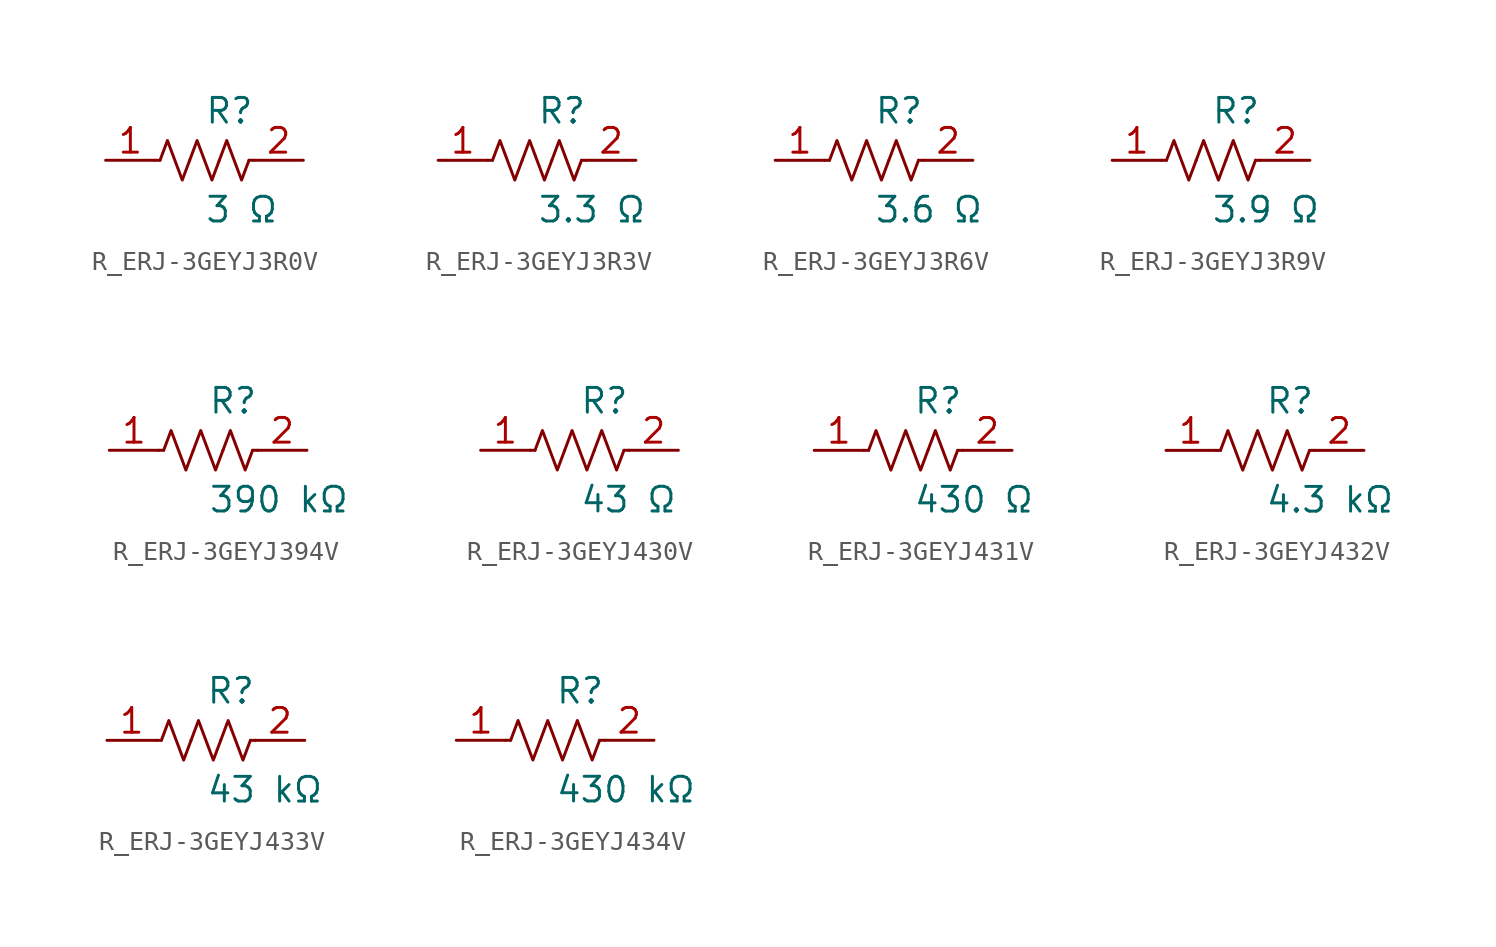
<source format=kicad_sym>
(kicad_symbol_lib
  (version 20231120)
  (generator kicad_symbol_editor)
  (generator_version 8.0)
  (symbol "R_ERJ-3GEYJ3R0V"
    (pin_names
      (offset 0.254))
    (property "Reference" "R"
      (at 0 2.54 0)
      (effects (font (size 1.27 1.27)) (justify left)))
    (property "Value" "3 Ω"
      (at 0 -2.54 0)
      (effects (font (size 1.27 1.27)) (justify left)))
    (symbol "R_ERJ-3GEYJ3R0V_0_1"
      (polyline (pts (xy 2.286 0) (xy 2.54 0)) (stroke (width 0) (type default)) (fill (type none)))
      (polyline (pts (xy -2.286 0) (xy -2.54 0)) (stroke (width 0) (type default)) (fill (type none)))
      (polyline (pts (xy 0.762 0) (xy 1.143 1.016) (xy 1.524 0) (xy 1.905 -1.016) (xy 2.286 0)) (stroke (width 0) (type default)) (fill (type none)))
      (polyline (pts (xy -0.762 0) (xy -0.381 1.016) (xy 0 0) (xy 0.381 -1.016) (xy 0.762 0)) (stroke (width 0) (type default)) (fill (type none)))
      (polyline (pts (xy -2.286 0) (xy -1.905 1.016) (xy -1.524 0) (xy -1.143 -1.016) (xy -0.762 0)) (stroke (width 0) (type default)) (fill (type none))))
    (pin passive line
      (at -5.08 0 0)
      (length 2.54)
      (name "" (effects (font (size 1.27 1.27))))
      (number "1" (effects (font (size 1.27 1.27)))))
    (pin passive line
      (at 5.08 0 180)
      (length 2.54)
      (name "" (effects (font (size 1.27 1.27))))
      (number "2" (effects (font (size 1.27 1.27))))))
  (symbol "R_ERJ-3GEYJ3R3V"
    (pin_names
      (offset 0.254))
    (property "Reference" "R"
      (at 0 2.54 0)
      (effects (font (size 1.27 1.27)) (justify left)))
    (property "Value" "3.3 Ω"
      (at 0 -2.54 0)
      (effects (font (size 1.27 1.27)) (justify left)))
    (symbol "R_ERJ-3GEYJ3R3V_0_1"
      (polyline (pts (xy 2.286 0) (xy 2.54 0)) (stroke (width 0) (type default)) (fill (type none)))
      (polyline (pts (xy -2.286 0) (xy -2.54 0)) (stroke (width 0) (type default)) (fill (type none)))
      (polyline (pts (xy 0.762 0) (xy 1.143 1.016) (xy 1.524 0) (xy 1.905 -1.016) (xy 2.286 0)) (stroke (width 0) (type default)) (fill (type none)))
      (polyline (pts (xy -0.762 0) (xy -0.381 1.016) (xy 0 0) (xy 0.381 -1.016) (xy 0.762 0)) (stroke (width 0) (type default)) (fill (type none)))
      (polyline (pts (xy -2.286 0) (xy -1.905 1.016) (xy -1.524 0) (xy -1.143 -1.016) (xy -0.762 0)) (stroke (width 0) (type default)) (fill (type none))))
    (pin passive line
      (at -5.08 0 0)
      (length 2.54)
      (name "" (effects (font (size 1.27 1.27))))
      (number "1" (effects (font (size 1.27 1.27)))))
    (pin passive line
      (at 5.08 0 180)
      (length 2.54)
      (name "" (effects (font (size 1.27 1.27))))
      (number "2" (effects (font (size 1.27 1.27))))))
  (symbol "R_ERJ-3GEYJ3R6V"
    (pin_names
      (offset 0.254))
    (property "Reference" "R"
      (at 0 2.54 0)
      (effects (font (size 1.27 1.27)) (justify left)))
    (property "Value" "3.6 Ω"
      (at 0 -2.54 0)
      (effects (font (size 1.27 1.27)) (justify left)))
    (symbol "R_ERJ-3GEYJ3R6V_0_1"
      (polyline (pts (xy 2.286 0) (xy 2.54 0)) (stroke (width 0) (type default)) (fill (type none)))
      (polyline (pts (xy -2.286 0) (xy -2.54 0)) (stroke (width 0) (type default)) (fill (type none)))
      (polyline (pts (xy 0.762 0) (xy 1.143 1.016) (xy 1.524 0) (xy 1.905 -1.016) (xy 2.286 0)) (stroke (width 0) (type default)) (fill (type none)))
      (polyline (pts (xy -0.762 0) (xy -0.381 1.016) (xy 0 0) (xy 0.381 -1.016) (xy 0.762 0)) (stroke (width 0) (type default)) (fill (type none)))
      (polyline (pts (xy -2.286 0) (xy -1.905 1.016) (xy -1.524 0) (xy -1.143 -1.016) (xy -0.762 0)) (stroke (width 0) (type default)) (fill (type none))))
    (pin passive line
      (at -5.08 0 0)
      (length 2.54)
      (name "" (effects (font (size 1.27 1.27))))
      (number "1" (effects (font (size 1.27 1.27)))))
    (pin passive line
      (at 5.08 0 180)
      (length 2.54)
      (name "" (effects (font (size 1.27 1.27))))
      (number "2" (effects (font (size 1.27 1.27))))))
  (symbol "R_ERJ-3GEYJ3R9V"
    (pin_names
      (offset 0.254))
    (property "Reference" "R"
      (at 0 2.54 0)
      (effects (font (size 1.27 1.27)) (justify left)))
    (property "Value" "3.9 Ω"
      (at 0 -2.54 0)
      (effects (font (size 1.27 1.27)) (justify left)))
    (symbol "R_ERJ-3GEYJ3R9V_0_1"
      (polyline (pts (xy 2.286 0) (xy 2.54 0)) (stroke (width 0) (type default)) (fill (type none)))
      (polyline (pts (xy -2.286 0) (xy -2.54 0)) (stroke (width 0) (type default)) (fill (type none)))
      (polyline (pts (xy 0.762 0) (xy 1.143 1.016) (xy 1.524 0) (xy 1.905 -1.016) (xy 2.286 0)) (stroke (width 0) (type default)) (fill (type none)))
      (polyline (pts (xy -0.762 0) (xy -0.381 1.016) (xy 0 0) (xy 0.381 -1.016) (xy 0.762 0)) (stroke (width 0) (type default)) (fill (type none)))
      (polyline (pts (xy -2.286 0) (xy -1.905 1.016) (xy -1.524 0) (xy -1.143 -1.016) (xy -0.762 0)) (stroke (width 0) (type default)) (fill (type none))))
    (pin passive line
      (at -5.08 0 0)
      (length 2.54)
      (name "" (effects (font (size 1.27 1.27))))
      (number "1" (effects (font (size 1.27 1.27)))))
    (pin passive line
      (at 5.08 0 180)
      (length 2.54)
      (name "" (effects (font (size 1.27 1.27))))
      (number "2" (effects (font (size 1.27 1.27))))))
  (symbol "R_ERJ-3GEYJ394V"
    (pin_names
      (offset 0.254))
    (property "Reference" "R"
      (at 0 2.54 0)
      (effects (font (size 1.27 1.27)) (justify left)))
    (property "Value" "390 kΩ"
      (at 0 -2.54 0)
      (effects (font (size 1.27 1.27)) (justify left)))
    (symbol "R_ERJ-3GEYJ394V_0_1"
      (polyline (pts (xy 2.286 0) (xy 2.54 0)) (stroke (width 0) (type default)) (fill (type none)))
      (polyline (pts (xy -2.286 0) (xy -2.54 0)) (stroke (width 0) (type default)) (fill (type none)))
      (polyline (pts (xy 0.762 0) (xy 1.143 1.016) (xy 1.524 0) (xy 1.905 -1.016) (xy 2.286 0)) (stroke (width 0) (type default)) (fill (type none)))
      (polyline (pts (xy -0.762 0) (xy -0.381 1.016) (xy 0 0) (xy 0.381 -1.016) (xy 0.762 0)) (stroke (width 0) (type default)) (fill (type none)))
      (polyline (pts (xy -2.286 0) (xy -1.905 1.016) (xy -1.524 0) (xy -1.143 -1.016) (xy -0.762 0)) (stroke (width 0) (type default)) (fill (type none))))
    (pin passive line
      (at -5.08 0 0)
      (length 2.54)
      (name "" (effects (font (size 1.27 1.27))))
      (number "1" (effects (font (size 1.27 1.27)))))
    (pin passive line
      (at 5.08 0 180)
      (length 2.54)
      (name "" (effects (font (size 1.27 1.27))))
      (number "2" (effects (font (size 1.27 1.27))))))
  (symbol "R_ERJ-3GEYJ430V"
    (pin_names
      (offset 0.254))
    (property "Reference" "R"
      (at 0 2.54 0)
      (effects (font (size 1.27 1.27)) (justify left)))
    (property "Value" "43 Ω"
      (at 0 -2.54 0)
      (effects (font (size 1.27 1.27)) (justify left)))
    (symbol "R_ERJ-3GEYJ430V_0_1"
      (polyline (pts (xy 2.286 0) (xy 2.54 0)) (stroke (width 0) (type default)) (fill (type none)))
      (polyline (pts (xy -2.286 0) (xy -2.54 0)) (stroke (width 0) (type default)) (fill (type none)))
      (polyline (pts (xy 0.762 0) (xy 1.143 1.016) (xy 1.524 0) (xy 1.905 -1.016) (xy 2.286 0)) (stroke (width 0) (type default)) (fill (type none)))
      (polyline (pts (xy -0.762 0) (xy -0.381 1.016) (xy 0 0) (xy 0.381 -1.016) (xy 0.762 0)) (stroke (width 0) (type default)) (fill (type none)))
      (polyline (pts (xy -2.286 0) (xy -1.905 1.016) (xy -1.524 0) (xy -1.143 -1.016) (xy -0.762 0)) (stroke (width 0) (type default)) (fill (type none))))
    (pin passive line
      (at -5.08 0 0)
      (length 2.54)
      (name "" (effects (font (size 1.27 1.27))))
      (number "1" (effects (font (size 1.27 1.27)))))
    (pin passive line
      (at 5.08 0 180)
      (length 2.54)
      (name "" (effects (font (size 1.27 1.27))))
      (number "2" (effects (font (size 1.27 1.27))))))
  (symbol "R_ERJ-3GEYJ431V"
    (pin_names
      (offset 0.254))
    (property "Reference" "R"
      (at 0 2.54 0)
      (effects (font (size 1.27 1.27)) (justify left)))
    (property "Value" "430 Ω"
      (at 0 -2.54 0)
      (effects (font (size 1.27 1.27)) (justify left)))
    (symbol "R_ERJ-3GEYJ431V_0_1"
      (polyline (pts (xy 2.286 0) (xy 2.54 0)) (stroke (width 0) (type default)) (fill (type none)))
      (polyline (pts (xy -2.286 0) (xy -2.54 0)) (stroke (width 0) (type default)) (fill (type none)))
      (polyline (pts (xy 0.762 0) (xy 1.143 1.016) (xy 1.524 0) (xy 1.905 -1.016) (xy 2.286 0)) (stroke (width 0) (type default)) (fill (type none)))
      (polyline (pts (xy -0.762 0) (xy -0.381 1.016) (xy 0 0) (xy 0.381 -1.016) (xy 0.762 0)) (stroke (width 0) (type default)) (fill (type none)))
      (polyline (pts (xy -2.286 0) (xy -1.905 1.016) (xy -1.524 0) (xy -1.143 -1.016) (xy -0.762 0)) (stroke (width 0) (type default)) (fill (type none))))
    (pin passive line
      (at -5.08 0 0)
      (length 2.54)
      (name "" (effects (font (size 1.27 1.27))))
      (number "1" (effects (font (size 1.27 1.27)))))
    (pin passive line
      (at 5.08 0 180)
      (length 2.54)
      (name "" (effects (font (size 1.27 1.27))))
      (number "2" (effects (font (size 1.27 1.27))))))
  (symbol "R_ERJ-3GEYJ432V"
    (pin_names
      (offset 0.254))
    (property "Reference" "R"
      (at 0 2.54 0)
      (effects (font (size 1.27 1.27)) (justify left)))
    (property "Value" "4.3 kΩ"
      (at 0 -2.54 0)
      (effects (font (size 1.27 1.27)) (justify left)))
    (symbol "R_ERJ-3GEYJ432V_0_1"
      (polyline (pts (xy 2.286 0) (xy 2.54 0)) (stroke (width 0) (type default)) (fill (type none)))
      (polyline (pts (xy -2.286 0) (xy -2.54 0)) (stroke (width 0) (type default)) (fill (type none)))
      (polyline (pts (xy 0.762 0) (xy 1.143 1.016) (xy 1.524 0) (xy 1.905 -1.016) (xy 2.286 0)) (stroke (width 0) (type default)) (fill (type none)))
      (polyline (pts (xy -0.762 0) (xy -0.381 1.016) (xy 0 0) (xy 0.381 -1.016) (xy 0.762 0)) (stroke (width 0) (type default)) (fill (type none)))
      (polyline (pts (xy -2.286 0) (xy -1.905 1.016) (xy -1.524 0) (xy -1.143 -1.016) (xy -0.762 0)) (stroke (width 0) (type default)) (fill (type none))))
    (pin passive line
      (at -5.08 0 0)
      (length 2.54)
      (name "" (effects (font (size 1.27 1.27))))
      (number "1" (effects (font (size 1.27 1.27)))))
    (pin passive line
      (at 5.08 0 180)
      (length 2.54)
      (name "" (effects (font (size 1.27 1.27))))
      (number "2" (effects (font (size 1.27 1.27))))))
  (symbol "R_ERJ-3GEYJ433V"
    (pin_names
      (offset 0.254))
    (property "Reference" "R"
      (at 0 2.54 0)
      (effects (font (size 1.27 1.27)) (justify left)))
    (property "Value" "43 kΩ"
      (at 0 -2.54 0)
      (effects (font (size 1.27 1.27)) (justify left)))
    (symbol "R_ERJ-3GEYJ433V_0_1"
      (polyline (pts (xy 2.286 0) (xy 2.54 0)) (stroke (width 0) (type default)) (fill (type none)))
      (polyline (pts (xy -2.286 0) (xy -2.54 0)) (stroke (width 0) (type default)) (fill (type none)))
      (polyline (pts (xy 0.762 0) (xy 1.143 1.016) (xy 1.524 0) (xy 1.905 -1.016) (xy 2.286 0)) (stroke (width 0) (type default)) (fill (type none)))
      (polyline (pts (xy -0.762 0) (xy -0.381 1.016) (xy 0 0) (xy 0.381 -1.016) (xy 0.762 0)) (stroke (width 0) (type default)) (fill (type none)))
      (polyline (pts (xy -2.286 0) (xy -1.905 1.016) (xy -1.524 0) (xy -1.143 -1.016) (xy -0.762 0)) (stroke (width 0) (type default)) (fill (type none))))
    (pin passive line
      (at -5.08 0 0)
      (length 2.54)
      (name "" (effects (font (size 1.27 1.27))))
      (number "1" (effects (font (size 1.27 1.27)))))
    (pin passive line
      (at 5.08 0 180)
      (length 2.54)
      (name "" (effects (font (size 1.27 1.27))))
      (number "2" (effects (font (size 1.27 1.27))))))
  (symbol "R_ERJ-3GEYJ434V"
    (pin_names
      (offset 0.254))
    (property "Reference" "R"
      (at 0 2.54 0)
      (effects (font (size 1.27 1.27)) (justify left)))
    (property "Value" "430 kΩ"
      (at 0 -2.54 0)
      (effects (font (size 1.27 1.27)) (justify left)))
    (symbol "R_ERJ-3GEYJ434V_0_1"
      (polyline (pts (xy 2.286 0) (xy 2.54 0)) (stroke (width 0) (type default)) (fill (type none)))
      (polyline (pts (xy -2.286 0) (xy -2.54 0)) (stroke (width 0) (type default)) (fill (type none)))
      (polyline (pts (xy 0.762 0) (xy 1.143 1.016) (xy 1.524 0) (xy 1.905 -1.016) (xy 2.286 0)) (stroke (width 0) (type default)) (fill (type none)))
      (polyline (pts (xy -0.762 0) (xy -0.381 1.016) (xy 0 0) (xy 0.381 -1.016) (xy 0.762 0)) (stroke (width 0) (type default)) (fill (type none)))
      (polyline (pts (xy -2.286 0) (xy -1.905 1.016) (xy -1.524 0) (xy -1.143 -1.016) (xy -0.762 0)) (stroke (width 0) (type default)) (fill (type none))))
    (pin passive line
      (at -5.08 0 0)
      (length 2.54)
      (name "" (effects (font (size 1.27 1.27))))
      (number "1" (effects (font (size 1.27 1.27)))))
    (pin passive line
      (at 5.08 0 180)
      (length 2.54)
      (name "" (effects (font (size 1.27 1.27))))
      (number "2" (effects (font (size 1.27 1.27)))))))
</source>
